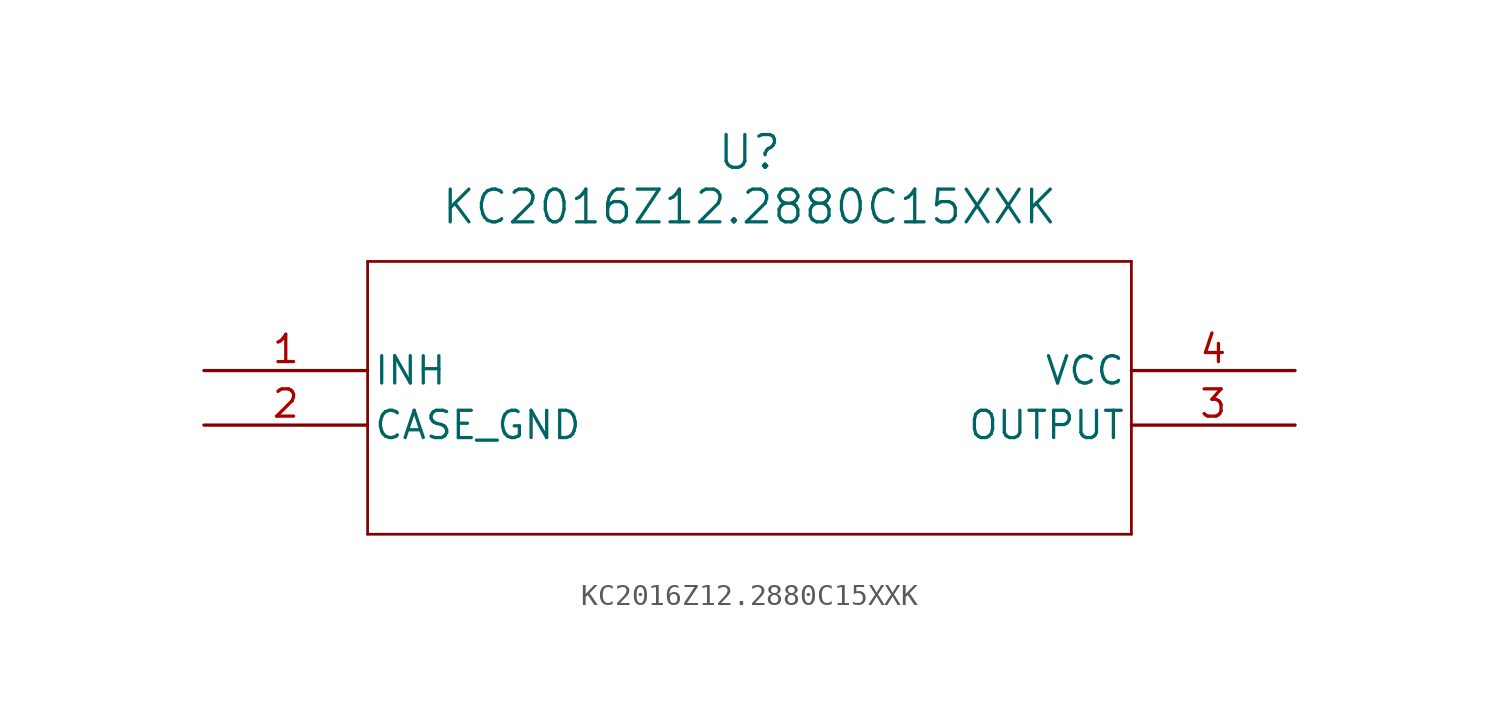
<source format=kicad_sym>
(kicad_symbol_lib
  (version 20211014)
  (generator kicad_symbol_editor)
  (symbol "KC2016Z12.2880C15XXK"
    (pin_names
      (offset 0.254))
    (property "Reference" "U"
      (at 25.4 10.16 0)
      (effects (font (size 1.524 1.524))))
    (property "Value" "KC2016Z12.2880C15XXK"
      (at 25.4 7.62 0)
      (effects (font (size 1.524 1.524))))
    (symbol "KC2016Z12.2880C15XXK_0_1"
      (polyline (pts (xy 7.62 5.08) (xy 7.62 -7.62)) (stroke (width 0.127) (type default) (color 0 0 0 0)) (fill (type none)))
      (polyline (pts (xy 7.62 -7.62) (xy 43.18 -7.62)) (stroke (width 0.127) (type default) (color 0 0 0 0)) (fill (type none)))
      (polyline (pts (xy 43.18 -7.62) (xy 43.18 5.08)) (stroke (width 0.127) (type default) (color 0 0 0 0)) (fill (type none)))
      (polyline (pts (xy 43.18 5.08) (xy 7.62 5.08)) (stroke (width 0.127) (type default) (color 0 0 0 0)) (fill (type none)))
      (pin input line (at 0 0 0) (length 7.62) (name "INH" (effects (font (size 1.27 1.27)))) (number "1" (effects (font (size 1.27 1.27)))))
      (pin power_out line (at 0 -2.54 0) (length 7.62) (name "CASE GND" (effects (font (size 1.27 1.27)))) (number "2" (effects (font (size 1.27 1.27)))))
      (pin output line (at 50.8 -2.54 180) (length 7.62) (name "OUTPUT" (effects (font (size 1.27 1.27)))) (number "3" (effects (font (size 1.27 1.27)))))
      (pin power_in line (at 50.8 0 180) (length 7.62) (name "VCC" (effects (font (size 1.27 1.27)))) (number "4" (effects (font (size 1.27 1.27))))))))
</source>
